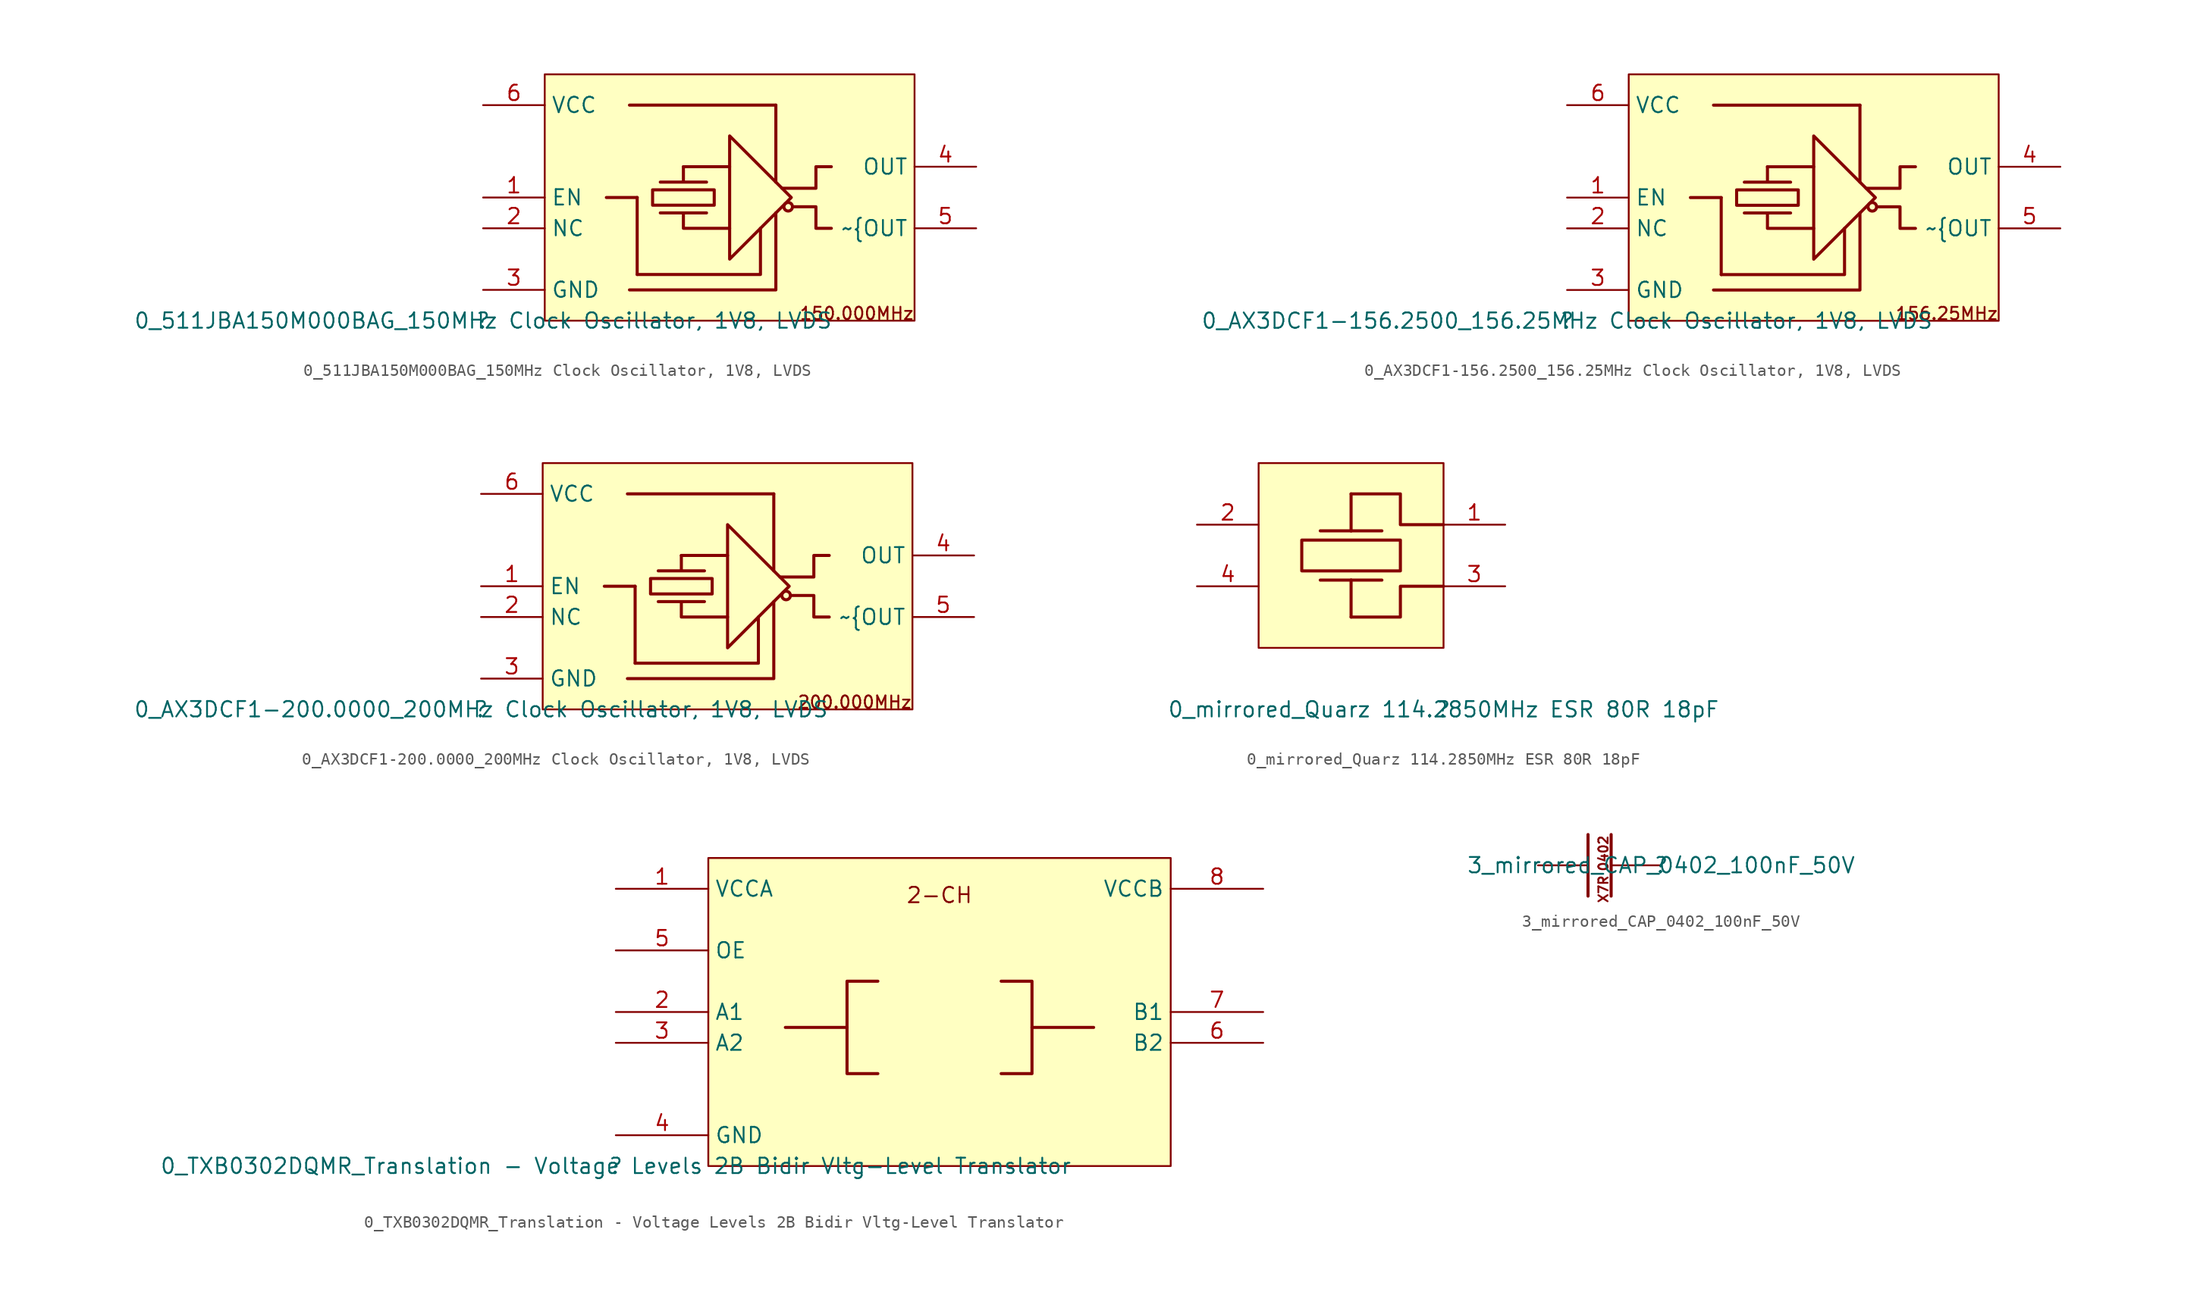
<source format=kicad_sym>
(kicad_symbol_lib
  (version 20211014)
  (generator kicad_symbol_editor)
  (symbol "0_511JBA150M000BAG_150MHz Clock Oscillator, 1V8, LVDS"
    (property "Reference" ""
      (at 0 0 0)
      (effects (font (size 1.27 1.27))))
    (property "Value" "0_511JBA150M000BAG_150MHz Clock Oscillator, 1V8, LVDS"
      (at 0 0 0)
      (effects (font (size 1.27 1.27))))
    (symbol "0_511JBA150M000BAG_150MHz Clock Oscillator, 1V8, LVDS_1_0"
      (polyline (pts (xy 10.16 10.16) (xy 12.7 10.16)) (stroke (width 0.254) (type default) (color 0 0 0 0)) (fill (type none)))
      (polyline (pts (xy 12.065 17.78) (xy 24.13 17.78)) (stroke (width 0.254) (type default) (color 0 0 0 0)) (fill (type none)))
      (polyline (pts (xy 12.7 3.81) (xy 12.7 10.16)) (stroke (width 0.254) (type default) (color 0 0 0 0)) (fill (type none)))
      (polyline (pts (xy 20.32 12.7) (xy 16.51 12.7)) (stroke (width 0.254) (type default) (color 0 0 0 0)) (fill (type none)))
      (polyline (pts (xy 24.13 11.43) (xy 24.13 17.78)) (stroke (width 0.254) (type default) (color 0 0 0 0)) (fill (type none)))
      (polyline (pts (xy 12.065 2.54) (xy 24.13 2.54) (xy 24.13 8.89)) (stroke (width 0.254) (type default) (color 0 0 0 0)) (fill (type none)))
      (polyline (pts (xy 12.7 3.81) (xy 22.86 3.81) (xy 22.86 7.62)) (stroke (width 0.254) (type default) (color 0 0 0 0)) (fill (type none)))
      (polyline (pts (xy 16.51 12.7) (xy 16.51 11.43) (xy 18.415 11.43) (xy 14.605 11.43)) (stroke (width 0.254) (type default) (color 0 0 0 0)) (fill (type none)))
      (polyline (pts (xy 24.638 10.922) (xy 27.432 10.922) (xy 27.432 12.7) (xy 28.702 12.7)) (stroke (width 0.254) (type default) (color 0 0 0 0)) (fill (type none)))
      (polyline (pts (xy 25.4 10.16) (xy 20.32 15.24) (xy 20.32 5.08) (xy 25.4 10.16)) (stroke (width 0.254) (type default) (color 0 0 0 0)) (fill (type none)))
      (polyline (pts (xy 25.654 9.398) (xy 27.432 9.398) (xy 27.432 7.62) (xy 28.702 7.62)) (stroke (width 0.254) (type default) (color 0 0 0 0)) (fill (type none)))
      (polyline (pts (xy 13.97 9.525) (xy 19.05 9.525) (xy 19.05 10.795) (xy 13.97 10.795) (xy 13.97 9.525)) (stroke (width 0.254) (type default) (color 0 0 0 0)) (fill (type none)))
      (polyline (pts (xy 20.32 7.62) (xy 16.51 7.62) (xy 16.51 8.89) (xy 14.605 8.89) (xy 18.415 8.89)) (stroke (width 0.254) (type default) (color 0 0 0 0)) (fill (type none)))
      (circle (center 25.146 9.398) (radius 0.353) (stroke (width 0.254) (type default) (color 0 0 0 0)) (fill (type none)))
      (rectangle (start 35.56 20.32) (end 5.08 0) (stroke (width 0) (type default) (color 0 0 0 0)) (fill (type background)))
      (text "150.000MHz" (at 35.56 0 0) (effects (font (size 1.016 1.016)) (justify right bottom)))
      (pin passive line (at 0 10.16 0) (length 5.08) (name "EN" (effects (font (size 1.27 1.27)))) (number "1" (effects (font (size 1.27 1.27)))))
      (pin passive line (at 0 7.62 0) (length 5.08) (name "NC" (effects (font (size 1.27 1.27)))) (number "2" (effects (font (size 1.27 1.27)))))
      (pin passive line (at 0 2.54 0) (length 5.08) (name "GND" (effects (font (size 1.27 1.27)))) (number "3" (effects (font (size 1.27 1.27)))))
      (pin passive line (at 40.64 12.7 180) (length 5.08) (name "OUT" (effects (font (size 1.27 1.27)))) (number "4" (effects (font (size 1.27 1.27)))))
      (pin passive line (at 40.64 7.62 180) (length 5.08) (name "~{OUT" (effects (font (size 1.27 1.27)))) (number "5" (effects (font (size 1.27 1.27)))))
      (pin passive line (at 0 17.78 0) (length 5.08) (name "VCC" (effects (font (size 1.27 1.27)))) (number "6" (effects (font (size 1.27 1.27)))))))
  (symbol "0_AX3DCF1-156.2500_156.25MHz Clock Oscillator, 1V8, LVDS"
    (property "Reference" ""
      (at 0 0 0)
      (effects (font (size 1.27 1.27))))
    (property "Value" "0_AX3DCF1-156.2500_156.25MHz Clock Oscillator, 1V8, LVDS"
      (at 0 0 0)
      (effects (font (size 1.27 1.27))))
    (symbol "0_AX3DCF1-156.2500_156.25MHz Clock Oscillator, 1V8, LVDS_1_0"
      (polyline (pts (xy 10.16 10.16) (xy 12.7 10.16)) (stroke (width 0.254) (type default) (color 0 0 0 0)) (fill (type none)))
      (polyline (pts (xy 12.065 17.78) (xy 24.13 17.78)) (stroke (width 0.254) (type default) (color 0 0 0 0)) (fill (type none)))
      (polyline (pts (xy 12.7 3.81) (xy 12.7 10.16)) (stroke (width 0.254) (type default) (color 0 0 0 0)) (fill (type none)))
      (polyline (pts (xy 20.32 12.7) (xy 16.51 12.7)) (stroke (width 0.254) (type default) (color 0 0 0 0)) (fill (type none)))
      (polyline (pts (xy 24.13 11.43) (xy 24.13 17.78)) (stroke (width 0.254) (type default) (color 0 0 0 0)) (fill (type none)))
      (polyline (pts (xy 12.065 2.54) (xy 24.13 2.54) (xy 24.13 8.89)) (stroke (width 0.254) (type default) (color 0 0 0 0)) (fill (type none)))
      (polyline (pts (xy 12.7 3.81) (xy 22.86 3.81) (xy 22.86 7.62)) (stroke (width 0.254) (type default) (color 0 0 0 0)) (fill (type none)))
      (polyline (pts (xy 16.51 12.7) (xy 16.51 11.43) (xy 18.415 11.43) (xy 14.605 11.43)) (stroke (width 0.254) (type default) (color 0 0 0 0)) (fill (type none)))
      (polyline (pts (xy 24.638 10.922) (xy 27.432 10.922) (xy 27.432 12.7) (xy 28.702 12.7)) (stroke (width 0.254) (type default) (color 0 0 0 0)) (fill (type none)))
      (polyline (pts (xy 25.4 10.16) (xy 20.32 15.24) (xy 20.32 5.08) (xy 25.4 10.16)) (stroke (width 0.254) (type default) (color 0 0 0 0)) (fill (type none)))
      (polyline (pts (xy 25.654 9.398) (xy 27.432 9.398) (xy 27.432 7.62) (xy 28.702 7.62)) (stroke (width 0.254) (type default) (color 0 0 0 0)) (fill (type none)))
      (polyline (pts (xy 13.97 9.525) (xy 19.05 9.525) (xy 19.05 10.795) (xy 13.97 10.795) (xy 13.97 9.525)) (stroke (width 0.254) (type default) (color 0 0 0 0)) (fill (type none)))
      (polyline (pts (xy 20.32 7.62) (xy 16.51 7.62) (xy 16.51 8.89) (xy 14.605 8.89) (xy 18.415 8.89)) (stroke (width 0.254) (type default) (color 0 0 0 0)) (fill (type none)))
      (circle (center 25.146 9.398) (radius 0.353) (stroke (width 0.254) (type default) (color 0 0 0 0)) (fill (type none)))
      (rectangle (start 35.56 20.32) (end 5.08 0) (stroke (width 0) (type default) (color 0 0 0 0)) (fill (type background)))
      (text "156.25MHz" (at 35.56 0 0) (effects (font (size 1.016 1.016)) (justify right bottom)))
      (pin passive line (at 0 10.16 0) (length 5.08) (name "EN" (effects (font (size 1.27 1.27)))) (number "1" (effects (font (size 1.27 1.27)))))
      (pin passive line (at 0 7.62 0) (length 5.08) (name "NC" (effects (font (size 1.27 1.27)))) (number "2" (effects (font (size 1.27 1.27)))))
      (pin passive line (at 0 2.54 0) (length 5.08) (name "GND" (effects (font (size 1.27 1.27)))) (number "3" (effects (font (size 1.27 1.27)))))
      (pin passive line (at 40.64 12.7 180) (length 5.08) (name "OUT" (effects (font (size 1.27 1.27)))) (number "4" (effects (font (size 1.27 1.27)))))
      (pin passive line (at 40.64 7.62 180) (length 5.08) (name "~{OUT" (effects (font (size 1.27 1.27)))) (number "5" (effects (font (size 1.27 1.27)))))
      (pin passive line (at 0 17.78 0) (length 5.08) (name "VCC" (effects (font (size 1.27 1.27)))) (number "6" (effects (font (size 1.27 1.27)))))))
  (symbol "0_AX3DCF1-200.0000_200MHz Clock Oscillator, 1V8, LVDS"
    (property "Reference" ""
      (at 0 0 0)
      (effects (font (size 1.27 1.27))))
    (property "Value" "0_AX3DCF1-200.0000_200MHz Clock Oscillator, 1V8, LVDS"
      (at 0 0 0)
      (effects (font (size 1.27 1.27))))
    (symbol "0_AX3DCF1-200.0000_200MHz Clock Oscillator, 1V8, LVDS_1_0"
      (polyline (pts (xy 10.16 10.16) (xy 12.7 10.16)) (stroke (width 0.254) (type default) (color 0 0 0 0)) (fill (type none)))
      (polyline (pts (xy 12.065 17.78) (xy 24.13 17.78)) (stroke (width 0.254) (type default) (color 0 0 0 0)) (fill (type none)))
      (polyline (pts (xy 12.7 3.81) (xy 12.7 10.16)) (stroke (width 0.254) (type default) (color 0 0 0 0)) (fill (type none)))
      (polyline (pts (xy 20.32 12.7) (xy 16.51 12.7)) (stroke (width 0.254) (type default) (color 0 0 0 0)) (fill (type none)))
      (polyline (pts (xy 24.13 11.43) (xy 24.13 17.78)) (stroke (width 0.254) (type default) (color 0 0 0 0)) (fill (type none)))
      (polyline (pts (xy 12.065 2.54) (xy 24.13 2.54) (xy 24.13 8.89)) (stroke (width 0.254) (type default) (color 0 0 0 0)) (fill (type none)))
      (polyline (pts (xy 12.7 3.81) (xy 22.86 3.81) (xy 22.86 7.62)) (stroke (width 0.254) (type default) (color 0 0 0 0)) (fill (type none)))
      (polyline (pts (xy 16.51 12.7) (xy 16.51 11.43) (xy 18.415 11.43) (xy 14.605 11.43)) (stroke (width 0.254) (type default) (color 0 0 0 0)) (fill (type none)))
      (polyline (pts (xy 24.638 10.922) (xy 27.432 10.922) (xy 27.432 12.7) (xy 28.702 12.7)) (stroke (width 0.254) (type default) (color 0 0 0 0)) (fill (type none)))
      (polyline (pts (xy 25.4 10.16) (xy 20.32 15.24) (xy 20.32 5.08) (xy 25.4 10.16)) (stroke (width 0.254) (type default) (color 0 0 0 0)) (fill (type none)))
      (polyline (pts (xy 25.654 9.398) (xy 27.432 9.398) (xy 27.432 7.62) (xy 28.702 7.62)) (stroke (width 0.254) (type default) (color 0 0 0 0)) (fill (type none)))
      (polyline (pts (xy 13.97 9.525) (xy 19.05 9.525) (xy 19.05 10.795) (xy 13.97 10.795) (xy 13.97 9.525)) (stroke (width 0.254) (type default) (color 0 0 0 0)) (fill (type none)))
      (polyline (pts (xy 20.32 7.62) (xy 16.51 7.62) (xy 16.51 8.89) (xy 14.605 8.89) (xy 18.415 8.89)) (stroke (width 0.254) (type default) (color 0 0 0 0)) (fill (type none)))
      (circle (center 25.146 9.398) (radius 0.353) (stroke (width 0.254) (type default) (color 0 0 0 0)) (fill (type none)))
      (rectangle (start 35.56 20.32) (end 5.08 0) (stroke (width 0) (type default) (color 0 0 0 0)) (fill (type background)))
      (text "200.000MHz" (at 35.56 0 0) (effects (font (size 1.016 1.016)) (justify right bottom)))
      (pin passive line (at 0 10.16 0) (length 5.08) (name "EN" (effects (font (size 1.27 1.27)))) (number "1" (effects (font (size 1.27 1.27)))))
      (pin passive line (at 0 7.62 0) (length 5.08) (name "NC" (effects (font (size 1.27 1.27)))) (number "2" (effects (font (size 1.27 1.27)))))
      (pin passive line (at 0 2.54 0) (length 5.08) (name "GND" (effects (font (size 1.27 1.27)))) (number "3" (effects (font (size 1.27 1.27)))))
      (pin passive line (at 40.64 12.7 180) (length 5.08) (name "OUT" (effects (font (size 1.27 1.27)))) (number "4" (effects (font (size 1.27 1.27)))))
      (pin passive line (at 40.64 7.62 180) (length 5.08) (name "~{OUT" (effects (font (size 1.27 1.27)))) (number "5" (effects (font (size 1.27 1.27)))))
      (pin passive line (at 0 17.78 0) (length 5.08) (name "VCC" (effects (font (size 1.27 1.27)))) (number "6" (effects (font (size 1.27 1.27)))))))
  (symbol "0_mirrored_Quarz 114.2850MHz ESR 80R 18pF"
    (property "Reference" ""
      (at 0 0 0)
      (effects (font (size 1.27 1.27))))
    (property "Value" "0_mirrored_Quarz 114.2850MHz ESR 80R 18pF"
      (at 0 0 0)
      (effects (font (size 1.27 1.27))))
    (symbol "0_mirrored_Quarz 114.2850MHz ESR 80R 18pF_1_0"
      (polyline (pts (xy -10.16 10.668) (xy -7.62 10.668)) (stroke (width 0.254) (type default) (color 0 0 0 0)) (fill (type none)))
      (polyline (pts (xy -10.16 14.732) (xy -7.62 14.732)) (stroke (width 0.254) (type default) (color 0 0 0 0)) (fill (type none)))
      (polyline (pts (xy -7.62 7.62) (xy -7.62 10.668)) (stroke (width 0.254) (type default) (color 0 0 0 0)) (fill (type none)))
      (polyline (pts (xy -7.62 10.668) (xy -5.08 10.668)) (stroke (width 0.254) (type default) (color 0 0 0 0)) (fill (type none)))
      (polyline (pts (xy -7.62 14.732) (xy -5.08 14.732)) (stroke (width 0.254) (type default) (color 0 0 0 0)) (fill (type none)))
      (polyline (pts (xy -7.62 17.78) (xy -7.62 14.732)) (stroke (width 0.254) (type default) (color 0 0 0 0)) (fill (type none)))
      (polyline (pts (xy 0 10.16) (xy -3.556 10.16) (xy -3.556 7.62) (xy -7.62 7.62)) (stroke (width 0.254) (type default) (color 0 0 0 0)) (fill (type none)))
      (polyline (pts (xy 0 15.24) (xy -3.556 15.24) (xy -3.556 17.78) (xy -7.62 17.78)) (stroke (width 0.254) (type default) (color 0 0 0 0)) (fill (type none)))
      (polyline (pts (xy -3.556 11.43) (xy -3.556 13.97) (xy -11.684 13.97) (xy -11.684 11.43) (xy -3.556 11.43)) (stroke (width 0.254) (type default) (color 0 0 0 0)) (fill (type none)))
      (rectangle (start 0 20.32) (end -15.24 5.08) (stroke (width 0) (type default) (color 0 0 0 0)) (fill (type background)))
      (pin passive line (at 5.08 15.24 180) (length 5.08) (name "1" (effects (font (size 0 0)))) (number "1" (effects (font (size 1.27 1.27)))))
      (pin passive line (at -20.32 15.24 0) (length 5.08) (name "2" (effects (font (size 0 0)))) (number "2" (effects (font (size 1.27 1.27)))))
      (pin passive line (at 5.08 10.16 180) (length 5.08) (name "3" (effects (font (size 0 0)))) (number "3" (effects (font (size 1.27 1.27)))))
      (pin passive line (at -20.32 10.16 0) (length 5.08) (name "4" (effects (font (size 0 0)))) (number "4" (effects (font (size 1.27 1.27)))))))
  (symbol "0_TXB0302DQMR_Translation - Voltage Levels 2B Bidir Vltg-Level Translator"
    (property "Reference" ""
      (at 0 0 0)
      (effects (font (size 1.27 1.27))))
    (property "Value" "0_TXB0302DQMR_Translation - Voltage Levels 2B Bidir Vltg-Level Translator"
      (at 0 0 0)
      (effects (font (size 1.27 1.27))))
    (symbol "0_TXB0302DQMR_Translation - Voltage Levels 2B Bidir Vltg-Level Translator_1_0"
      (polyline (pts (xy 19.05 11.43) (xy 13.97 11.43)) (stroke (width 0.254) (type default) (color 0 0 0 0)) (fill (type none)))
      (polyline (pts (xy 34.29 11.43) (xy 39.37 11.43)) (stroke (width 0.254) (type default) (color 0 0 0 0)) (fill (type none)))
      (polyline (pts (xy 21.59 7.62) (xy 19.05 7.62) (xy 19.05 15.24) (xy 21.59 15.24)) (stroke (width 0.254) (type default) (color 0 0 0 0)) (fill (type none)))
      (polyline (pts (xy 31.75 15.24) (xy 34.29 15.24) (xy 34.29 7.62) (xy 31.75 7.62)) (stroke (width 0.254) (type default) (color 0 0 0 0)) (fill (type none)))
      (rectangle (start 45.72 25.4) (end 7.62 0) (stroke (width 0) (type default) (color 0 0 0 0)) (fill (type background)))
      (text "2-CH" (at 23.876 21.59 0) (effects (font (size 1.27 1.27)) (justify left bottom)))
      (pin power_in line (at 0 22.86 0) (length 7.62) (name "VCCA" (effects (font (size 1.27 1.27)))) (number "1" (effects (font (size 1.27 1.27)))))
      (pin bidirectional line (at 0 12.7 0) (length 7.62) (name "A1" (effects (font (size 1.27 1.27)))) (number "2" (effects (font (size 1.27 1.27)))))
      (pin bidirectional line (at 0 10.16 0) (length 7.62) (name "A2" (effects (font (size 1.27 1.27)))) (number "3" (effects (font (size 1.27 1.27)))))
      (pin power_in line (at 0 2.54 0) (length 7.62) (name "GND" (effects (font (size 1.27 1.27)))) (number "4" (effects (font (size 1.27 1.27)))))
      (pin power_in line (at 0 17.78 0) (length 7.62) (name "OE" (effects (font (size 1.27 1.27)))) (number "5" (effects (font (size 1.27 1.27)))))
      (pin bidirectional line (at 53.34 10.16 180) (length 7.62) (name "B2" (effects (font (size 1.27 1.27)))) (number "6" (effects (font (size 1.27 1.27)))))
      (pin bidirectional line (at 53.34 12.7 180) (length 7.62) (name "B1" (effects (font (size 1.27 1.27)))) (number "7" (effects (font (size 1.27 1.27)))))
      (pin power_in line (at 53.34 22.86 180) (length 7.62) (name "VCCB" (effects (font (size 1.27 1.27)))) (number "8" (effects (font (size 1.27 1.27)))))))
  (symbol "3_mirrored_CAP_0402_100nF_50V"
    (property "Reference" ""
      (at 0 0 0)
      (effects (font (size 1.27 1.27))))
    (property "Value" "3_mirrored_CAP_0402_100nF_50V"
      (at 0 0 0)
      (effects (font (size 1.27 1.27))))
    (symbol "3_mirrored_CAP_0402_100nF_50V_1_0"
      (polyline (pts (xy -6.032 2.54) (xy -6.032 -2.54)) (stroke (width 0.254) (type default) (color 0 0 0 0)) (fill (type none)))
      (polyline (pts (xy -4.127 2.54) (xy -4.127 -2.54)) (stroke (width 0.254) (type default) (color 0 0 0 0)) (fill (type none)))
      (text "0402" (at -4.318 2.54 900) (effects (font (size 0.762 0.762)) (justify right bottom)))
      (text "X7R" (at -4.318 -0.762 900) (effects (font (size 0.762 0.762)) (justify right bottom)))
      (pin passive line (at -10.16 0 0) (length 4.064) (name "1" (effects (font (size 0 0)))) (number "1" (effects (font (size 0 0)))))
      (pin passive line (at 0 0 180) (length 4.064) (name "2" (effects (font (size 0 0)))) (number "2" (effects (font (size 0 0))))))))
</source>
